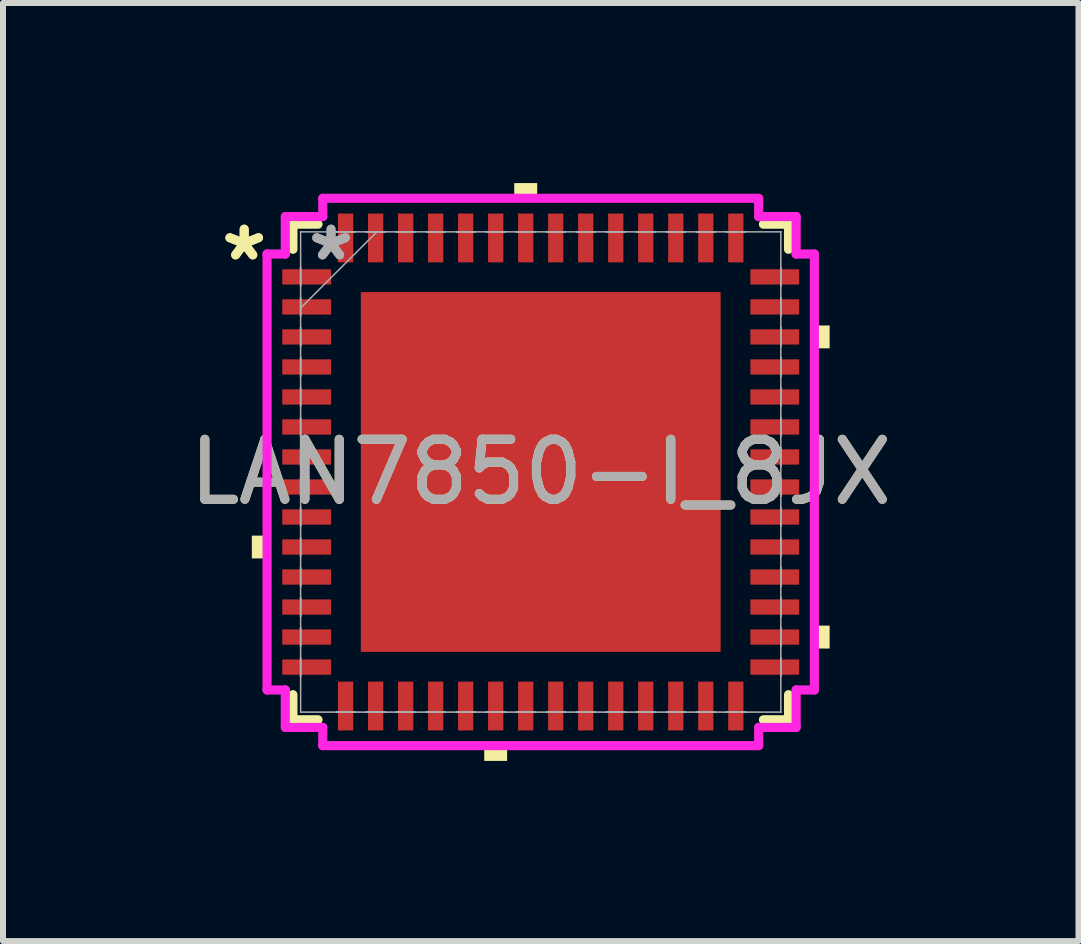
<source format=kicad_pcb>
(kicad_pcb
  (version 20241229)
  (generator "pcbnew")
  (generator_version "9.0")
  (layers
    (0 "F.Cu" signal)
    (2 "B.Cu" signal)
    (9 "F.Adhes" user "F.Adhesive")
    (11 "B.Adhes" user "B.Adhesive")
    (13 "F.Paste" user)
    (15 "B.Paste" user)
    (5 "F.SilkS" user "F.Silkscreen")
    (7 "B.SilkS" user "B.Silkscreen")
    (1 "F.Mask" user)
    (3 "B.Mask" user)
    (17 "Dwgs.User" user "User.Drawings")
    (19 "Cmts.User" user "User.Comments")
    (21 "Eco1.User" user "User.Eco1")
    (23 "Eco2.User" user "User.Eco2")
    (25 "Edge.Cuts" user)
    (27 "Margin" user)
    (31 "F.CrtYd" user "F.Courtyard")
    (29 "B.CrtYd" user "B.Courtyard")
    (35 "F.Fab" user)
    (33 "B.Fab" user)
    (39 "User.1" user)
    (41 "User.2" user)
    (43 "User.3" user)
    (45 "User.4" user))
  (footprint "LAN7850-I_8JX"
    (layer "F.Cu")
    (at 5.958 4.813)
    (property "Reference" "LAN7850-I_8JX" (at 0 0 0) (unlocked yes) (layer "F.SilkS") (effects (font (size 1 1) (thickness 0.15))))
    (attr smd)
    (fp_line (start -4.128 -4.128) (end -4.128 -3.71) (stroke (width 0.152) (type solid)) (layer "F.SilkS"))
    (fp_line (start -4.128 3.71) (end -4.128 4.128) (stroke (width 0.152) (type solid)) (layer "F.SilkS"))
    (fp_line (start -4.128 4.128) (end -3.71 4.128) (stroke (width 0.152) (type solid)) (layer "F.SilkS"))
    (fp_line (start -3.71 -4.128) (end -4.128 -4.128) (stroke (width 0.152) (type solid)) (layer "F.SilkS"))
    (fp_line (start 3.71 4.128) (end 4.128 4.128) (stroke (width 0.152) (type solid)) (layer "F.SilkS"))
    (fp_line (start 4.128 -4.128) (end 3.71 -4.128) (stroke (width 0.152) (type solid)) (layer "F.SilkS"))
    (fp_line (start 4.128 -3.71) (end 4.128 -4.128) (stroke (width 0.152) (type solid)) (layer "F.SilkS"))
    (fp_line (start 4.128 4.128) (end 4.128 3.71) (stroke (width 0.152) (type solid)) (layer "F.SilkS"))
    (fp_poly (pts (xy -4.813 1.06) (xy -4.813 1.44) (xy -4.559 1.44) (xy -4.559 1.06)) (stroke (width 0) (type solid)) (fill yes) (layer "F.SilkS"))
    (fp_poly (pts (xy -0.941 4.559) (xy -0.941 4.813) (xy -0.56 4.813) (xy -0.56 4.559)) (stroke (width 0) (type solid)) (fill yes) (layer "F.SilkS"))
    (fp_poly (pts (xy -0.441 -4.559) (xy -0.441 -4.813) (xy -0.059 -4.813) (xy -0.059 -4.559)) (stroke (width 0) (type solid)) (fill yes) (layer "F.SilkS"))
    (fp_poly (pts (xy 4.813 -2.441) (xy 4.813 -2.06) (xy 4.559 -2.06) (xy 4.559 -2.441)) (stroke (width 0) (type solid)) (fill yes) (layer "F.SilkS"))
    (fp_poly (pts (xy 4.813 2.559) (xy 4.813 2.941) (xy 4.559 2.941) (xy 4.559 2.559)) (stroke (width 0) (type solid)) (fill yes) (layer "F.SilkS"))
    (fp_poly (pts (xy -2.897 -2.897) (xy -2.897 -1.599) (xy -1.599 -1.599) (xy -1.599 -2.897)) (stroke (width 0) (type solid)) (fill yes) (layer "F.Paste"))
    (fp_poly (pts (xy -2.897 -1.399) (xy -2.897 -0.1) (xy -1.599 -0.1) (xy -1.599 -1.399)) (stroke (width 0) (type solid)) (fill yes) (layer "F.Paste"))
    (fp_poly (pts (xy -2.897 0.1) (xy -2.897 1.399) (xy -1.599 1.399) (xy -1.599 0.1)) (stroke (width 0) (type solid)) (fill yes) (layer "F.Paste"))
    (fp_poly (pts (xy -2.897 1.599) (xy -2.897 2.897) (xy -1.599 2.897) (xy -1.599 1.599)) (stroke (width 0) (type solid)) (fill yes) (layer "F.Paste"))
    (fp_poly (pts (xy -1.399 -2.897) (xy -1.399 -1.599) (xy -0.1 -1.599) (xy -0.1 -2.897)) (stroke (width 0) (type solid)) (fill yes) (layer "F.Paste"))
    (fp_poly (pts (xy -1.399 -1.399) (xy -1.399 -0.1) (xy -0.1 -0.1) (xy -0.1 -1.399)) (stroke (width 0) (type solid)) (fill yes) (layer "F.Paste"))
    (fp_poly (pts (xy -1.399 0.1) (xy -1.399 1.399) (xy -0.1 1.399) (xy -0.1 0.1)) (stroke (width 0) (type solid)) (fill yes) (layer "F.Paste"))
    (fp_poly (pts (xy -1.399 1.599) (xy -1.399 2.897) (xy -0.1 2.897) (xy -0.1 1.599)) (stroke (width 0) (type solid)) (fill yes) (layer "F.Paste"))
    (fp_poly (pts (xy 0.1 -2.897) (xy 0.1 -1.599) (xy 1.399 -1.599) (xy 1.399 -2.897)) (stroke (width 0) (type solid)) (fill yes) (layer "F.Paste"))
    (fp_poly (pts (xy 0.1 -1.399) (xy 0.1 -0.1) (xy 1.399 -0.1) (xy 1.399 -1.399)) (stroke (width 0) (type solid)) (fill yes) (layer "F.Paste"))
    (fp_poly (pts (xy 0.1 0.1) (xy 0.1 1.399) (xy 1.399 1.399) (xy 1.399 0.1)) (stroke (width 0) (type solid)) (fill yes) (layer "F.Paste"))
    (fp_poly (pts (xy 0.1 1.599) (xy 0.1 2.897) (xy 1.399 2.897) (xy 1.399 1.599)) (stroke (width 0) (type solid)) (fill yes) (layer "F.Paste"))
    (fp_poly (pts (xy 1.599 -2.897) (xy 1.599 -1.599) (xy 2.897 -1.599) (xy 2.897 -2.897)) (stroke (width 0) (type solid)) (fill yes) (layer "F.Paste"))
    (fp_poly (pts (xy 1.599 -1.399) (xy 1.599 -0.1) (xy 2.897 -0.1) (xy 2.897 -1.399)) (stroke (width 0) (type solid)) (fill yes) (layer "F.Paste"))
    (fp_poly (pts (xy 1.599 0.1) (xy 1.599 1.399) (xy 2.897 1.399) (xy 2.897 0.1)) (stroke (width 0) (type solid)) (fill yes) (layer "F.Paste"))
    (fp_poly (pts (xy 1.599 1.599) (xy 1.599 2.897) (xy 2.897 2.897) (xy 2.897 1.599)) (stroke (width 0) (type solid)) (fill yes) (layer "F.Paste"))
    (fp_line (start -4.559 -3.631) (end -4.255 -3.631) (stroke (width 0.152) (type solid)) (layer "F.CrtYd"))
    (fp_line (start -4.559 3.631) (end -4.559 -3.631) (stroke (width 0.152) (type solid)) (layer "F.CrtYd"))
    (fp_line (start -4.255 -4.255) (end -3.631 -4.255) (stroke (width 0.152) (type solid)) (layer "F.CrtYd"))
    (fp_line (start -4.255 -3.631) (end -4.255 -4.255) (stroke (width 0.152) (type solid)) (layer "F.CrtYd"))
    (fp_line (start -4.255 3.631) (end -4.559 3.631) (stroke (width 0.152) (type solid)) (layer "F.CrtYd"))
    (fp_line (start -4.255 4.255) (end -4.255 3.631) (stroke (width 0.152) (type solid)) (layer "F.CrtYd"))
    (fp_line (start -3.631 -4.559) (end 3.631 -4.559) (stroke (width 0.152) (type solid)) (layer "F.CrtYd"))
    (fp_line (start -3.631 -4.255) (end -3.631 -4.559) (stroke (width 0.152) (type solid)) (layer "F.CrtYd"))
    (fp_line (start -3.631 4.255) (end -4.255 4.255) (stroke (width 0.152) (type solid)) (layer "F.CrtYd"))
    (fp_line (start -3.631 4.559) (end -3.631 4.255) (stroke (width 0.152) (type solid)) (layer "F.CrtYd"))
    (fp_line (start 3.631 -4.559) (end 3.631 -4.255) (stroke (width 0.152) (type solid)) (layer "F.CrtYd"))
    (fp_line (start 3.631 -4.255) (end 4.255 -4.255) (stroke (width 0.152) (type solid)) (layer "F.CrtYd"))
    (fp_line (start 3.631 4.255) (end 3.631 4.559) (stroke (width 0.152) (type solid)) (layer "F.CrtYd"))
    (fp_line (start 3.631 4.559) (end -3.631 4.559) (stroke (width 0.152) (type solid)) (layer "F.CrtYd"))
    (fp_line (start 4.255 -4.255) (end 4.255 -3.631) (stroke (width 0.152) (type solid)) (layer "F.CrtYd"))
    (fp_line (start 4.255 -3.631) (end 4.559 -3.631) (stroke (width 0.152) (type solid)) (layer "F.CrtYd"))
    (fp_line (start 4.255 3.631) (end 4.255 4.255) (stroke (width 0.152) (type solid)) (layer "F.CrtYd"))
    (fp_line (start 4.255 4.255) (end 3.631 4.255) (stroke (width 0.152) (type solid)) (layer "F.CrtYd"))
    (fp_line (start 4.559 -3.631) (end 4.559 3.631) (stroke (width 0.152) (type solid)) (layer "F.CrtYd"))
    (fp_line (start 4.559 3.631) (end 4.255 3.631) (stroke (width 0.152) (type solid)) (layer "F.CrtYd"))
    (fp_line (start -4 -4) (end -4 -4) (stroke (width 0.025) (type solid)) (layer "F.Fab"))
    (fp_line (start -4 -4) (end -4 4) (stroke (width 0.025) (type solid)) (layer "F.Fab"))
    (fp_line (start -4 -3.402) (end -4 -3.402) (stroke (width 0.025) (type solid)) (layer "F.Fab"))
    (fp_line (start -4 -3.402) (end -4 -3.098) (stroke (width 0.025) (type solid)) (layer "F.Fab"))
    (fp_line (start -4 -3.098) (end -4 -3.402) (stroke (width 0.025) (type solid)) (layer "F.Fab"))
    (fp_line (start -4 -3.098) (end -4 -3.098) (stroke (width 0.025) (type solid)) (layer "F.Fab"))
    (fp_line (start -4 -2.902) (end -4 -2.902) (stroke (width 0.025) (type solid)) (layer "F.Fab"))
    (fp_line (start -4 -2.902) (end -4 -2.598) (stroke (width 0.025) (type solid)) (layer "F.Fab"))
    (fp_line (start -4 -2.731) (end -2.731 -4) (stroke (width 0.025) (type solid)) (layer "F.Fab"))
    (fp_line (start -4 -2.598) (end -4 -2.902) (stroke (width 0.025) (type solid)) (layer "F.Fab"))
    (fp_line (start -4 -2.598) (end -4 -2.598) (stroke (width 0.025) (type solid)) (layer "F.Fab"))
    (fp_line (start -4 -2.402) (end -4 -2.402) (stroke (width 0.025) (type solid)) (layer "F.Fab"))
    (fp_line (start -4 -2.402) (end -4 -2.098) (stroke (width 0.025) (type solid)) (layer "F.Fab"))
    (fp_line (start -4 -2.098) (end -4 -2.402) (stroke (width 0.025) (type solid)) (layer "F.Fab"))
    (fp_line (start -4 -2.098) (end -4 -2.098) (stroke (width 0.025) (type solid)) (layer "F.Fab"))
    (fp_line (start -4 -1.902) (end -4 -1.902) (stroke (width 0.025) (type solid)) (layer "F.Fab"))
    (fp_line (start -4 -1.902) (end -4 -1.598) (stroke (width 0.025) (type solid)) (layer "F.Fab"))
    (fp_line (start -4 -1.598) (end -4 -1.902) (stroke (width 0.025) (type solid)) (layer "F.Fab"))
    (fp_line (start -4 -1.598) (end -4 -1.598) (stroke (width 0.025) (type solid)) (layer "F.Fab"))
    (fp_line (start -4 -1.402) (end -4 -1.402) (stroke (width 0.025) (type solid)) (layer "F.Fab"))
    (fp_line (start -4 -1.402) (end -4 -1.098) (stroke (width 0.025) (type solid)) (layer "F.Fab"))
    (fp_line (start -4 -1.098) (end -4 -1.402) (stroke (width 0.025) (type solid)) (layer "F.Fab"))
    (fp_line (start -4 -1.098) (end -4 -1.098) (stroke (width 0.025) (type solid)) (layer "F.Fab"))
    (fp_line (start -4 -0.902) (end -4 -0.902) (stroke (width 0.025) (type solid)) (layer "F.Fab"))
    (fp_line (start -4 -0.902) (end -4 -0.598) (stroke (width 0.025) (type solid)) (layer "F.Fab"))
    (fp_line (start -4 -0.598) (end -4 -0.902) (stroke (width 0.025) (type solid)) (layer "F.Fab"))
    (fp_line (start -4 -0.598) (end -4 -0.598) (stroke (width 0.025) (type solid)) (layer "F.Fab"))
    (fp_line (start -4 -0.402) (end -4 -0.402) (stroke (width 0.025) (type solid)) (layer "F.Fab"))
    (fp_line (start -4 -0.402) (end -4 -0.098) (stroke (width 0.025) (type solid)) (layer "F.Fab"))
    (fp_line (start -4 -0.098) (end -4 -0.402) (stroke (width 0.025) (type solid)) (layer "F.Fab"))
    (fp_line (start -4 -0.098) (end -4 -0.098) (stroke (width 0.025) (type solid)) (layer "F.Fab"))
    (fp_line (start -4 0.098) (end -4 0.098) (stroke (width 0.025) (type solid)) (layer "F.Fab"))
    (fp_line (start -4 0.098) (end -4 0.402) (stroke (width 0.025) (type solid)) (layer "F.Fab"))
    (fp_line (start -4 0.402) (end -4 0.098) (stroke (width 0.025) (type solid)) (layer "F.Fab"))
    (fp_line (start -4 0.402) (end -4 0.402) (stroke (width 0.025) (type solid)) (layer "F.Fab"))
    (fp_line (start -4 0.598) (end -4 0.598) (stroke (width 0.025) (type solid)) (layer "F.Fab"))
    (fp_line (start -4 0.598) (end -4 0.902) (stroke (width 0.025) (type solid)) (layer "F.Fab"))
    (fp_line (start -4 0.902) (end -4 0.598) (stroke (width 0.025) (type solid)) (layer "F.Fab"))
    (fp_line (start -4 0.902) (end -4 0.902) (stroke (width 0.025) (type solid)) (layer "F.Fab"))
    (fp_line (start -4 1.098) (end -4 1.098) (stroke (width 0.025) (type solid)) (layer "F.Fab"))
    (fp_line (start -4 1.098) (end -4 1.402) (stroke (width 0.025) (type solid)) (layer "F.Fab"))
    (fp_line (start -4 1.402) (end -4 1.098) (stroke (width 0.025) (type solid)) (layer "F.Fab"))
    (fp_line (start -4 1.402) (end -4 1.402) (stroke (width 0.025) (type solid)) (layer "F.Fab"))
    (fp_line (start -4 1.598) (end -4 1.598) (stroke (width 0.025) (type solid)) (layer "F.Fab"))
    (fp_line (start -4 1.598) (end -4 1.902) (stroke (width 0.025) (type solid)) (layer "F.Fab"))
    (fp_line (start -4 1.902) (end -4 1.598) (stroke (width 0.025) (type solid)) (layer "F.Fab"))
    (fp_line (start -4 1.902) (end -4 1.902) (stroke (width 0.025) (type solid)) (layer "F.Fab"))
    (fp_line (start -4 2.098) (end -4 2.098) (stroke (width 0.025) (type solid)) (layer "F.Fab"))
    (fp_line (start -4 2.098) (end -4 2.402) (stroke (width 0.025) (type solid)) (layer "F.Fab"))
    (fp_line (start -4 2.402) (end -4 2.098) (stroke (width 0.025) (type solid)) (layer "F.Fab"))
    (fp_line (start -4 2.402) (end -4 2.402) (stroke (width 0.025) (type solid)) (layer "F.Fab"))
    (fp_line (start -4 2.598) (end -4 2.598) (stroke (width 0.025) (type solid)) (layer "F.Fab"))
    (fp_line (start -4 2.598) (end -4 2.902) (stroke (width 0.025) (type solid)) (layer "F.Fab"))
    (fp_line (start -4 2.902) (end -4 2.598) (stroke (width 0.025) (type solid)) (layer "F.Fab"))
    (fp_line (start -4 2.902) (end -4 2.902) (stroke (width 0.025) (type solid)) (layer "F.Fab"))
    (fp_line (start -4 3.098) (end -4 3.098) (stroke (width 0.025) (type solid)) (layer "F.Fab"))
    (fp_line (start -4 3.098) (end -4 3.402) (stroke (width 0.025) (type solid)) (layer "F.Fab"))
    (fp_line (start -4 3.402) (end -4 3.098) (stroke (width 0.025) (type solid)) (layer "F.Fab"))
    (fp_line (start -4 3.402) (end -4 3.402) (stroke (width 0.025) (type solid)) (layer "F.Fab"))
    (fp_line (start -4 4) (end -4 4) (stroke (width 0.025) (type solid)) (layer "F.Fab"))
    (fp_line (start -4 4) (end 4 4) (stroke (width 0.025) (type solid)) (layer "F.Fab"))
    (fp_line (start -3.402 -4) (end -3.402 -4) (stroke (width 0.025) (type solid)) (layer "F.Fab"))
    (fp_line (start -3.402 -4) (end -3.098 -4) (stroke (width 0.025) (type solid)) (layer "F.Fab"))
    (fp_line (start -3.402 4) (end -3.402 4) (stroke (width 0.025) (type solid)) (layer "F.Fab"))
    (fp_line (start -3.402 4) (end -3.098 4) (stroke (width 0.025) (type solid)) (layer "F.Fab"))
    (fp_line (start -3.098 -4) (end -3.402 -4) (stroke (width 0.025) (type solid)) (layer "F.Fab"))
    (fp_line (start -3.098 -4) (end -3.098 -4) (stroke (width 0.025) (type solid)) (layer "F.Fab"))
    (fp_line (start -3.098 4) (end -3.402 4) (stroke (width 0.025) (type solid)) (layer "F.Fab"))
    (fp_line (start -3.098 4) (end -3.098 4) (stroke (width 0.025) (type solid)) (layer "F.Fab"))
    (fp_line (start -2.902 -4) (end -2.902 -4) (stroke (width 0.025) (type solid)) (layer "F.Fab"))
    (fp_line (start -2.902 -4) (end -2.598 -4) (stroke (width 0.025) (type solid)) (layer "F.Fab"))
    (fp_line (start -2.902 4) (end -2.902 4) (stroke (width 0.025) (type solid)) (layer "F.Fab"))
    (fp_line (start -2.902 4) (end -2.598 4) (stroke (width 0.025) (type solid)) (layer "F.Fab"))
    (fp_line (start -2.598 -4) (end -2.902 -4) (stroke (width 0.025) (type solid)) (layer "F.Fab"))
    (fp_line (start -2.598 -4) (end -2.598 -4) (stroke (width 0.025) (type solid)) (layer "F.Fab"))
    (fp_line (start -2.598 4) (end -2.902 4) (stroke (width 0.025) (type solid)) (layer "F.Fab"))
    (fp_line (start -2.598 4) (end -2.598 4) (stroke (width 0.025) (type solid)) (layer "F.Fab"))
    (fp_line (start -2.402 -4) (end -2.402 -4) (stroke (width 0.025) (type solid)) (layer "F.Fab"))
    (fp_line (start -2.402 -4) (end -2.098 -4) (stroke (width 0.025) (type solid)) (layer "F.Fab"))
    (fp_line (start -2.402 4) (end -2.402 4) (stroke (width 0.025) (type solid)) (layer "F.Fab"))
    (fp_line (start -2.402 4) (end -2.098 4) (stroke (width 0.025) (type solid)) (layer "F.Fab"))
    (fp_line (start -2.098 -4) (end -2.402 -4) (stroke (width 0.025) (type solid)) (layer "F.Fab"))
    (fp_line (start -2.098 -4) (end -2.098 -4) (stroke (width 0.025) (type solid)) (layer "F.Fab"))
    (fp_line (start -2.098 4) (end -2.402 4) (stroke (width 0.025) (type solid)) (layer "F.Fab"))
    (fp_line (start -2.098 4) (end -2.098 4) (stroke (width 0.025) (type solid)) (layer "F.Fab"))
    (fp_line (start -1.902 -4) (end -1.902 -4) (stroke (width 0.025) (type solid)) (layer "F.Fab"))
    (fp_line (start -1.902 -4) (end -1.598 -4) (stroke (width 0.025) (type solid)) (layer "F.Fab"))
    (fp_line (start -1.902 4) (end -1.902 4) (stroke (width 0.025) (type solid)) (layer "F.Fab"))
    (fp_line (start -1.902 4) (end -1.598 4) (stroke (width 0.025) (type solid)) (layer "F.Fab"))
    (fp_line (start -1.598 -4) (end -1.902 -4) (stroke (width 0.025) (type solid)) (layer "F.Fab"))
    (fp_line (start -1.598 -4) (end -1.598 -4) (stroke (width 0.025) (type solid)) (layer "F.Fab"))
    (fp_line (start -1.598 4) (end -1.902 4) (stroke (width 0.025) (type solid)) (layer "F.Fab"))
    (fp_line (start -1.598 4) (end -1.598 4) (stroke (width 0.025) (type solid)) (layer "F.Fab"))
    (fp_line (start -1.402 -4) (end -1.402 -4) (stroke (width 0.025) (type solid)) (layer "F.Fab"))
    (fp_line (start -1.402 -4) (end -1.098 -4) (stroke (width 0.025) (type solid)) (layer "F.Fab"))
    (fp_line (start -1.402 4) (end -1.402 4) (stroke (width 0.025) (type solid)) (layer "F.Fab"))
    (fp_line (start -1.402 4) (end -1.098 4) (stroke (width 0.025) (type solid)) (layer "F.Fab"))
    (fp_line (start -1.098 -4) (end -1.402 -4) (stroke (width 0.025) (type solid)) (layer "F.Fab"))
    (fp_line (start -1.098 -4) (end -1.098 -4) (stroke (width 0.025) (type solid)) (layer "F.Fab"))
    (fp_line (start -1.098 4) (end -1.402 4) (stroke (width 0.025) (type solid)) (layer "F.Fab"))
    (fp_line (start -1.098 4) (end -1.098 4) (stroke (width 0.025) (type solid)) (layer "F.Fab"))
    (fp_line (start -0.902 -4) (end -0.902 -4) (stroke (width 0.025) (type solid)) (layer "F.Fab"))
    (fp_line (start -0.902 -4) (end -0.598 -4) (stroke (width 0.025) (type solid)) (layer "F.Fab"))
    (fp_line (start -0.902 4) (end -0.902 4) (stroke (width 0.025) (type solid)) (layer "F.Fab"))
    (fp_line (start -0.902 4) (end -0.598 4) (stroke (width 0.025) (type solid)) (layer "F.Fab"))
    (fp_line (start -0.598 -4) (end -0.902 -4) (stroke (width 0.025) (type solid)) (layer "F.Fab"))
    (fp_line (start -0.598 -4) (end -0.598 -4) (stroke (width 0.025) (type solid)) (layer "F.Fab"))
    (fp_line (start -0.598 4) (end -0.902 4) (stroke (width 0.025) (type solid)) (layer "F.Fab"))
    (fp_line (start -0.598 4) (end -0.598 4) (stroke (width 0.025) (type solid)) (layer "F.Fab"))
    (fp_line (start -0.402 -4) (end -0.402 -4) (stroke (width 0.025) (type solid)) (layer "F.Fab"))
    (fp_line (start -0.402 -4) (end -0.098 -4) (stroke (width 0.025) (type solid)) (layer "F.Fab"))
    (fp_line (start -0.402 4) (end -0.402 4) (stroke (width 0.025) (type solid)) (layer "F.Fab"))
    (fp_line (start -0.402 4) (end -0.098 4) (stroke (width 0.025) (type solid)) (layer "F.Fab"))
    (fp_line (start -0.098 -4) (end -0.402 -4) (stroke (width 0.025) (type solid)) (layer "F.Fab"))
    (fp_line (start -0.098 -4) (end -0.098 -4) (stroke (width 0.025) (type solid)) (layer "F.Fab"))
    (fp_line (start -0.098 4) (end -0.402 4) (stroke (width 0.025) (type solid)) (layer "F.Fab"))
    (fp_line (start -0.098 4) (end -0.098 4) (stroke (width 0.025) (type solid)) (layer "F.Fab"))
    (fp_line (start 0.098 -4) (end 0.098 -4) (stroke (width 0.025) (type solid)) (layer "F.Fab"))
    (fp_line (start 0.098 -4) (end 0.402 -4) (stroke (width 0.025) (type solid)) (layer "F.Fab"))
    (fp_line (start 0.098 4) (end 0.098 4) (stroke (width 0.025) (type solid)) (layer "F.Fab"))
    (fp_line (start 0.098 4) (end 0.402 4) (stroke (width 0.025) (type solid)) (layer "F.Fab"))
    (fp_line (start 0.402 -4) (end 0.098 -4) (stroke (width 0.025) (type solid)) (layer "F.Fab"))
    (fp_line (start 0.402 -4) (end 0.402 -4) (stroke (width 0.025) (type solid)) (layer "F.Fab"))
    (fp_line (start 0.402 4) (end 0.098 4) (stroke (width 0.025) (type solid)) (layer "F.Fab"))
    (fp_line (start 0.402 4) (end 0.402 4) (stroke (width 0.025) (type solid)) (layer "F.Fab"))
    (fp_line (start 0.598 -4) (end 0.598 -4) (stroke (width 0.025) (type solid)) (layer "F.Fab"))
    (fp_line (start 0.598 -4) (end 0.902 -4) (stroke (width 0.025) (type solid)) (layer "F.Fab"))
    (fp_line (start 0.598 4) (end 0.598 4) (stroke (width 0.025) (type solid)) (layer "F.Fab"))
    (fp_line (start 0.598 4) (end 0.902 4) (stroke (width 0.025) (type solid)) (layer "F.Fab"))
    (fp_line (start 0.902 -4) (end 0.598 -4) (stroke (width 0.025) (type solid)) (layer "F.Fab"))
    (fp_line (start 0.902 -4) (end 0.902 -4) (stroke (width 0.025) (type solid)) (layer "F.Fab"))
    (fp_line (start 0.902 4) (end 0.598 4) (stroke (width 0.025) (type solid)) (layer "F.Fab"))
    (fp_line (start 0.902 4) (end 0.902 4) (stroke (width 0.025) (type solid)) (layer "F.Fab"))
    (fp_line (start 1.098 -4) (end 1.098 -4) (stroke (width 0.025) (type solid)) (layer "F.Fab"))
    (fp_line (start 1.098 -4) (end 1.402 -4) (stroke (width 0.025) (type solid)) (layer "F.Fab"))
    (fp_line (start 1.098 4) (end 1.098 4) (stroke (width 0.025) (type solid)) (layer "F.Fab"))
    (fp_line (start 1.098 4) (end 1.402 4) (stroke (width 0.025) (type solid)) (layer "F.Fab"))
    (fp_line (start 1.402 -4) (end 1.098 -4) (stroke (width 0.025) (type solid)) (layer "F.Fab"))
    (fp_line (start 1.402 -4) (end 1.402 -4) (stroke (width 0.025) (type solid)) (layer "F.Fab"))
    (fp_line (start 1.402 4) (end 1.098 4) (stroke (width 0.025) (type solid)) (layer "F.Fab"))
    (fp_line (start 1.402 4) (end 1.402 4) (stroke (width 0.025) (type solid)) (layer "F.Fab"))
    (fp_line (start 1.598 -4) (end 1.598 -4) (stroke (width 0.025) (type solid)) (layer "F.Fab"))
    (fp_line (start 1.598 -4) (end 1.902 -4) (stroke (width 0.025) (type solid)) (layer "F.Fab"))
    (fp_line (start 1.598 4) (end 1.598 4) (stroke (width 0.025) (type solid)) (layer "F.Fab"))
    (fp_line (start 1.598 4) (end 1.902 4) (stroke (width 0.025) (type solid)) (layer "F.Fab"))
    (fp_line (start 1.902 -4) (end 1.598 -4) (stroke (width 0.025) (type solid)) (layer "F.Fab"))
    (fp_line (start 1.902 -4) (end 1.902 -4) (stroke (width 0.025) (type solid)) (layer "F.Fab"))
    (fp_line (start 1.902 4) (end 1.598 4) (stroke (width 0.025) (type solid)) (layer "F.Fab"))
    (fp_line (start 1.902 4) (end 1.902 4) (stroke (width 0.025) (type solid)) (layer "F.Fab"))
    (fp_line (start 2.098 -4) (end 2.098 -4) (stroke (width 0.025) (type solid)) (layer "F.Fab"))
    (fp_line (start 2.098 -4) (end 2.402 -4) (stroke (width 0.025) (type solid)) (layer "F.Fab"))
    (fp_line (start 2.098 4) (end 2.098 4) (stroke (width 0.025) (type solid)) (layer "F.Fab"))
    (fp_line (start 2.098 4) (end 2.402 4) (stroke (width 0.025) (type solid)) (layer "F.Fab"))
    (fp_line (start 2.402 -4) (end 2.098 -4) (stroke (width 0.025) (type solid)) (layer "F.Fab"))
    (fp_line (start 2.402 -4) (end 2.402 -4) (stroke (width 0.025) (type solid)) (layer "F.Fab"))
    (fp_line (start 2.402 4) (end 2.098 4) (stroke (width 0.025) (type solid)) (layer "F.Fab"))
    (fp_line (start 2.402 4) (end 2.402 4) (stroke (width 0.025) (type solid)) (layer "F.Fab"))
    (fp_line (start 2.598 -4) (end 2.598 -4) (stroke (width 0.025) (type solid)) (layer "F.Fab"))
    (fp_line (start 2.598 -4) (end 2.902 -4) (stroke (width 0.025) (type solid)) (layer "F.Fab"))
    (fp_line (start 2.598 4) (end 2.598 4) (stroke (width 0.025) (type solid)) (layer "F.Fab"))
    (fp_line (start 2.598 4) (end 2.902 4) (stroke (width 0.025) (type solid)) (layer "F.Fab"))
    (fp_line (start 2.902 -4) (end 2.598 -4) (stroke (width 0.025) (type solid)) (layer "F.Fab"))
    (fp_line (start 2.902 -4) (end 2.902 -4) (stroke (width 0.025) (type solid)) (layer "F.Fab"))
    (fp_line (start 2.902 4) (end 2.598 4) (stroke (width 0.025) (type solid)) (layer "F.Fab"))
    (fp_line (start 2.902 4) (end 2.902 4) (stroke (width 0.025) (type solid)) (layer "F.Fab"))
    (fp_line (start 3.098 -4) (end 3.098 -4) (stroke (width 0.025) (type solid)) (layer "F.Fab"))
    (fp_line (start 3.098 -4) (end 3.402 -4) (stroke (width 0.025) (type solid)) (layer "F.Fab"))
    (fp_line (start 3.098 4) (end 3.098 4) (stroke (width 0.025) (type solid)) (layer "F.Fab"))
    (fp_line (start 3.098 4) (end 3.402 4) (stroke (width 0.025) (type solid)) (layer "F.Fab"))
    (fp_line (start 3.402 -4) (end 3.098 -4) (stroke (width 0.025) (type solid)) (layer "F.Fab"))
    (fp_line (start 3.402 -4) (end 3.402 -4) (stroke (width 0.025) (type solid)) (layer "F.Fab"))
    (fp_line (start 3.402 4) (end 3.098 4) (stroke (width 0.025) (type solid)) (layer "F.Fab"))
    (fp_line (start 3.402 4) (end 3.402 4) (stroke (width 0.025) (type solid)) (layer "F.Fab"))
    (fp_line (start 4 -4) (end -4 -4) (stroke (width 0.025) (type solid)) (layer "F.Fab"))
    (fp_line (start 4 -4) (end 4 -4) (stroke (width 0.025) (type solid)) (layer "F.Fab"))
    (fp_line (start 4 -3.402) (end 4 -3.402) (stroke (width 0.025) (type solid)) (layer "F.Fab"))
    (fp_line (start 4 -3.402) (end 4 -3.098) (stroke (width 0.025) (type solid)) (layer "F.Fab"))
    (fp_line (start 4 -3.098) (end 4 -3.402) (stroke (width 0.025) (type solid)) (layer "F.Fab"))
    (fp_line (start 4 -3.098) (end 4 -3.098) (stroke (width 0.025) (type solid)) (layer "F.Fab"))
    (fp_line (start 4 -2.902) (end 4 -2.902) (stroke (width 0.025) (type solid)) (layer "F.Fab"))
    (fp_line (start 4 -2.902) (end 4 -2.598) (stroke (width 0.025) (type solid)) (layer "F.Fab"))
    (fp_line (start 4 -2.598) (end 4 -2.902) (stroke (width 0.025) (type solid)) (layer "F.Fab"))
    (fp_line (start 4 -2.598) (end 4 -2.598) (stroke (width 0.025) (type solid)) (layer "F.Fab"))
    (fp_line (start 4 -2.402) (end 4 -2.402) (stroke (width 0.025) (type solid)) (layer "F.Fab"))
    (fp_line (start 4 -2.402) (end 4 -2.098) (stroke (width 0.025) (type solid)) (layer "F.Fab"))
    (fp_line (start 4 -2.098) (end 4 -2.402) (stroke (width 0.025) (type solid)) (layer "F.Fab"))
    (fp_line (start 4 -2.098) (end 4 -2.098) (stroke (width 0.025) (type solid)) (layer "F.Fab"))
    (fp_line (start 4 -1.902) (end 4 -1.902) (stroke (width 0.025) (type solid)) (layer "F.Fab"))
    (fp_line (start 4 -1.902) (end 4 -1.598) (stroke (width 0.025) (type solid)) (layer "F.Fab"))
    (fp_line (start 4 -1.598) (end 4 -1.902) (stroke (width 0.025) (type solid)) (layer "F.Fab"))
    (fp_line (start 4 -1.598) (end 4 -1.598) (stroke (width 0.025) (type solid)) (layer "F.Fab"))
    (fp_line (start 4 -1.402) (end 4 -1.402) (stroke (width 0.025) (type solid)) (layer "F.Fab"))
    (fp_line (start 4 -1.402) (end 4 -1.098) (stroke (width 0.025) (type solid)) (layer "F.Fab"))
    (fp_line (start 4 -1.098) (end 4 -1.402) (stroke (width 0.025) (type solid)) (layer "F.Fab"))
    (fp_line (start 4 -1.098) (end 4 -1.098) (stroke (width 0.025) (type solid)) (layer "F.Fab"))
    (fp_line (start 4 -0.902) (end 4 -0.902) (stroke (width 0.025) (type solid)) (layer "F.Fab"))
    (fp_line (start 4 -0.902) (end 4 -0.598) (stroke (width 0.025) (type solid)) (layer "F.Fab"))
    (fp_line (start 4 -0.598) (end 4 -0.902) (stroke (width 0.025) (type solid)) (layer "F.Fab"))
    (fp_line (start 4 -0.598) (end 4 -0.598) (stroke (width 0.025) (type solid)) (layer "F.Fab"))
    (fp_line (start 4 -0.402) (end 4 -0.402) (stroke (width 0.025) (type solid)) (layer "F.Fab"))
    (fp_line (start 4 -0.402) (end 4 -0.098) (stroke (width 0.025) (type solid)) (layer "F.Fab"))
    (fp_line (start 4 -0.098) (end 4 -0.402) (stroke (width 0.025) (type solid)) (layer "F.Fab"))
    (fp_line (start 4 -0.098) (end 4 -0.098) (stroke (width 0.025) (type solid)) (layer "F.Fab"))
    (fp_line (start 4 0.098) (end 4 0.098) (stroke (width 0.025) (type solid)) (layer "F.Fab"))
    (fp_line (start 4 0.098) (end 4 0.402) (stroke (width 0.025) (type solid)) (layer "F.Fab"))
    (fp_line (start 4 0.402) (end 4 0.098) (stroke (width 0.025) (type solid)) (layer "F.Fab"))
    (fp_line (start 4 0.402) (end 4 0.402) (stroke (width 0.025) (type solid)) (layer "F.Fab"))
    (fp_line (start 4 0.598) (end 4 0.598) (stroke (width 0.025) (type solid)) (layer "F.Fab"))
    (fp_line (start 4 0.598) (end 4 0.902) (stroke (width 0.025) (type solid)) (layer "F.Fab"))
    (fp_line (start 4 0.902) (end 4 0.598) (stroke (width 0.025) (type solid)) (layer "F.Fab"))
    (fp_line (start 4 0.902) (end 4 0.902) (stroke (width 0.025) (type solid)) (layer "F.Fab"))
    (fp_line (start 4 1.098) (end 4 1.098) (stroke (width 0.025) (type solid)) (layer "F.Fab"))
    (fp_line (start 4 1.098) (end 4 1.402) (stroke (width 0.025) (type solid)) (layer "F.Fab"))
    (fp_line (start 4 1.402) (end 4 1.098) (stroke (width 0.025) (type solid)) (layer "F.Fab"))
    (fp_line (start 4 1.402) (end 4 1.402) (stroke (width 0.025) (type solid)) (layer "F.Fab"))
    (fp_line (start 4 1.598) (end 4 1.598) (stroke (width 0.025) (type solid)) (layer "F.Fab"))
    (fp_line (start 4 1.598) (end 4 1.902) (stroke (width 0.025) (type solid)) (layer "F.Fab"))
    (fp_line (start 4 1.902) (end 4 1.598) (stroke (width 0.025) (type solid)) (layer "F.Fab"))
    (fp_line (start 4 1.902) (end 4 1.902) (stroke (width 0.025) (type solid)) (layer "F.Fab"))
    (fp_line (start 4 2.098) (end 4 2.098) (stroke (width 0.025) (type solid)) (layer "F.Fab"))
    (fp_line (start 4 2.098) (end 4 2.402) (stroke (width 0.025) (type solid)) (layer "F.Fab"))
    (fp_line (start 4 2.402) (end 4 2.098) (stroke (width 0.025) (type solid)) (layer "F.Fab"))
    (fp_line (start 4 2.402) (end 4 2.402) (stroke (width 0.025) (type solid)) (layer "F.Fab"))
    (fp_line (start 4 2.598) (end 4 2.598) (stroke (width 0.025) (type solid)) (layer "F.Fab"))
    (fp_line (start 4 2.598) (end 4 2.902) (stroke (width 0.025) (type solid)) (layer "F.Fab"))
    (fp_line (start 4 2.902) (end 4 2.598) (stroke (width 0.025) (type solid)) (layer "F.Fab"))
    (fp_line (start 4 2.902) (end 4 2.902) (stroke (width 0.025) (type solid)) (layer "F.Fab"))
    (fp_line (start 4 3.098) (end 4 3.098) (stroke (width 0.025) (type solid)) (layer "F.Fab"))
    (fp_line (start 4 3.098) (end 4 3.402) (stroke (width 0.025) (type solid)) (layer "F.Fab"))
    (fp_line (start 4 3.402) (end 4 3.098) (stroke (width 0.025) (type solid)) (layer "F.Fab"))
    (fp_line (start 4 3.402) (end 4 3.402) (stroke (width 0.025) (type solid)) (layer "F.Fab"))
    (fp_line (start 4 4) (end 4 -4) (stroke (width 0.025) (type solid)) (layer "F.Fab"))
    (fp_line (start 4 4) (end 4 4) (stroke (width 0.025) (type solid)) (layer "F.Fab"))
    (fp_text user "*" (at -4.94 -3.5 0) (unlocked yes) (layer "F.SilkS") (effects (font (size 1 1) (thickness 0.15))))
    (fp_text user "*" (at -4.94 -3.5 0) (layer "F.SilkS") (effects (font (size 1 1) (thickness 0.15))))
    (fp_text user "*" (at -3.493 -3.5 0) (layer "F.Fab") (effects (font (size 1 1) (thickness 0.15))))
    (fp_text user "${REFERENCE}" (at 0 0 0) (unlocked yes) (layer "F.Fab") (effects (font (size 1 1) (thickness 0.15))))
    (fp_text user "*" (at -3.493 -3.5 0) (unlocked yes) (layer "F.Fab") (effects (font (size 1 1) (thickness 0.15))))
    (pad "1" smd rect (at -3.899 -3.25 90) (size 0.254 0.813) (layers "F.Cu" "F.Mask" "F.Paste"))
    (pad "2" smd rect (at -3.899 -2.75 90) (size 0.254 0.813) (layers "F.Cu" "F.Mask" "F.Paste"))
    (pad "3" smd rect (at -3.899 -2.25 90) (size 0.254 0.813) (layers "F.Cu" "F.Mask" "F.Paste"))
    (pad "4" smd rect (at -3.899 -1.75 90) (size 0.254 0.813) (layers "F.Cu" "F.Mask" "F.Paste"))
    (pad "5" smd rect (at -3.899 -1.25 90) (size 0.254 0.813) (layers "F.Cu" "F.Mask" "F.Paste"))
    (pad "6" smd rect (at -3.899 -0.75 90) (size 0.254 0.813) (layers "F.Cu" "F.Mask" "F.Paste"))
    (pad "7" smd rect (at -3.899 -0.25 90) (size 0.254 0.813) (layers "F.Cu" "F.Mask" "F.Paste"))
    (pad "8" smd rect (at -3.899 0.25 90) (size 0.254 0.813) (layers "F.Cu" "F.Mask" "F.Paste"))
    (pad "9" smd rect (at -3.899 0.75 90) (size 0.254 0.813) (layers "F.Cu" "F.Mask" "F.Paste"))
    (pad "10" smd rect (at -3.899 1.25 90) (size 0.254 0.813) (layers "F.Cu" "F.Mask" "F.Paste"))
    (pad "11" smd rect (at -3.899 1.75 90) (size 0.254 0.813) (layers "F.Cu" "F.Mask" "F.Paste"))
    (pad "12" smd rect (at -3.899 2.25 90) (size 0.254 0.813) (layers "F.Cu" "F.Mask" "F.Paste"))
    (pad "13" smd rect (at -3.899 2.75 90) (size 0.254 0.813) (layers "F.Cu" "F.Mask" "F.Paste"))
    (pad "14" smd rect (at -3.899 3.25 90) (size 0.254 0.813) (layers "F.Cu" "F.Mask" "F.Paste"))
    (pad "15" smd rect (at -3.25 3.899) (size 0.254 0.813) (layers "F.Cu" "F.Mask" "F.Paste"))
    (pad "16" smd rect (at -2.75 3.899) (size 0.254 0.813) (layers "F.Cu" "F.Mask" "F.Paste"))
    (pad "17" smd rect (at -2.25 3.899) (size 0.254 0.813) (layers "F.Cu" "F.Mask" "F.Paste"))
    (pad "18" smd rect (at -1.75 3.899) (size 0.254 0.813) (layers "F.Cu" "F.Mask" "F.Paste"))
    (pad "19" smd rect (at -1.25 3.899) (size 0.254 0.813) (layers "F.Cu" "F.Mask" "F.Paste"))
    (pad "20" smd rect (at -0.75 3.899) (size 0.254 0.813) (layers "F.Cu" "F.Mask" "F.Paste"))
    (pad "21" smd rect (at -0.25 3.899) (size 0.254 0.813) (layers "F.Cu" "F.Mask" "F.Paste"))
    (pad "22" smd rect (at 0.25 3.899) (size 0.254 0.813) (layers "F.Cu" "F.Mask" "F.Paste"))
    (pad "23" smd rect (at 0.75 3.899) (size 0.254 0.813) (layers "F.Cu" "F.Mask" "F.Paste"))
    (pad "24" smd rect (at 1.25 3.899) (size 0.254 0.813) (layers "F.Cu" "F.Mask" "F.Paste"))
    (pad "25" smd rect (at 1.75 3.899) (size 0.254 0.813) (layers "F.Cu" "F.Mask" "F.Paste"))
    (pad "26" smd rect (at 2.25 3.899) (size 0.254 0.813) (layers "F.Cu" "F.Mask" "F.Paste"))
    (pad "27" smd rect (at 2.75 3.899) (size 0.254 0.813) (layers "F.Cu" "F.Mask" "F.Paste"))
    (pad "28" smd rect (at 3.25 3.899) (size 0.254 0.813) (layers "F.Cu" "F.Mask" "F.Paste"))
    (pad "29" smd rect (at 3.899 3.25 90) (size 0.254 0.813) (layers "F.Cu" "F.Mask" "F.Paste"))
    (pad "30" smd rect (at 3.899 2.75 90) (size 0.254 0.813) (layers "F.Cu" "F.Mask" "F.Paste"))
    (pad "31" smd rect (at 3.899 2.25 90) (size 0.254 0.813) (layers "F.Cu" "F.Mask" "F.Paste"))
    (pad "32" smd rect (at 3.899 1.75 90) (size 0.254 0.813) (layers "F.Cu" "F.Mask" "F.Paste"))
    (pad "33" smd rect (at 3.899 1.25 90) (size 0.254 0.813) (layers "F.Cu" "F.Mask" "F.Paste"))
    (pad "34" smd rect (at 3.899 0.75 90) (size 0.254 0.813) (layers "F.Cu" "F.Mask" "F.Paste"))
    (pad "35" smd rect (at 3.899 0.25 90) (size 0.254 0.813) (layers "F.Cu" "F.Mask" "F.Paste"))
    (pad "36" smd rect (at 3.899 -0.25 90) (size 0.254 0.813) (layers "F.Cu" "F.Mask" "F.Paste"))
    (pad "37" smd rect (at 3.899 -0.75 90) (size 0.254 0.813) (layers "F.Cu" "F.Mask" "F.Paste"))
    (pad "38" smd rect (at 3.899 -1.25 90) (size 0.254 0.813) (layers "F.Cu" "F.Mask" "F.Paste"))
    (pad "39" smd rect (at 3.899 -1.75 90) (size 0.254 0.813) (layers "F.Cu" "F.Mask" "F.Paste"))
    (pad "40" smd rect (at 3.899 -2.25 90) (size 0.254 0.813) (layers "F.Cu" "F.Mask" "F.Paste"))
    (pad "41" smd rect (at 3.899 -2.75 90) (size 0.254 0.813) (layers "F.Cu" "F.Mask" "F.Paste"))
    (pad "42" smd rect (at 3.899 -3.25 90) (size 0.254 0.813) (layers "F.Cu" "F.Mask" "F.Paste"))
    (pad "43" smd rect (at 3.25 -3.899) (size 0.254 0.813) (layers "F.Cu" "F.Mask" "F.Paste"))
    (pad "44" smd rect (at 2.75 -3.899) (size 0.254 0.813) (layers "F.Cu" "F.Mask" "F.Paste"))
    (pad "45" smd rect (at 2.25 -3.899) (size 0.254 0.813) (layers "F.Cu" "F.Mask" "F.Paste"))
    (pad "46" smd rect (at 1.75 -3.899) (size 0.254 0.813) (layers "F.Cu" "F.Mask" "F.Paste"))
    (pad "47" smd rect (at 1.25 -3.899) (size 0.254 0.813) (layers "F.Cu" "F.Mask" "F.Paste"))
    (pad "48" smd rect (at 0.75 -3.899) (size 0.254 0.813) (layers "F.Cu" "F.Mask" "F.Paste"))
    (pad "49" smd rect (at 0.25 -3.899) (size 0.254 0.813) (layers "F.Cu" "F.Mask" "F.Paste"))
    (pad "50" smd rect (at -0.25 -3.899) (size 0.254 0.813) (layers "F.Cu" "F.Mask" "F.Paste"))
    (pad "51" smd rect (at -0.75 -3.899) (size 0.254 0.813) (layers "F.Cu" "F.Mask" "F.Paste"))
    (pad "52" smd rect (at -1.25 -3.899) (size 0.254 0.813) (layers "F.Cu" "F.Mask" "F.Paste"))
    (pad "53" smd rect (at -1.75 -3.899) (size 0.254 0.813) (layers "F.Cu" "F.Mask" "F.Paste"))
    (pad "54" smd rect (at -2.25 -3.899) (size 0.254 0.813) (layers "F.Cu" "F.Mask" "F.Paste"))
    (pad "55" smd rect (at -2.75 -3.899) (size 0.254 0.813) (layers "F.Cu" "F.Mask" "F.Paste"))
    (pad "56" smd rect (at -3.25 -3.899) (size 0.254 0.813) (layers "F.Cu" "F.Mask" "F.Paste"))
    (pad "57" smd rect (at 0 0) (size 5.994 5.994) (layers "F.Cu" "F.Mask" "F.Paste")))
  (gr_rect
    (start -3 -3)
    (end 14.917 12.627)
    (stroke (width 0.1) (type default))
    (fill no)
    (layer "Edge.Cuts")))
</source>
